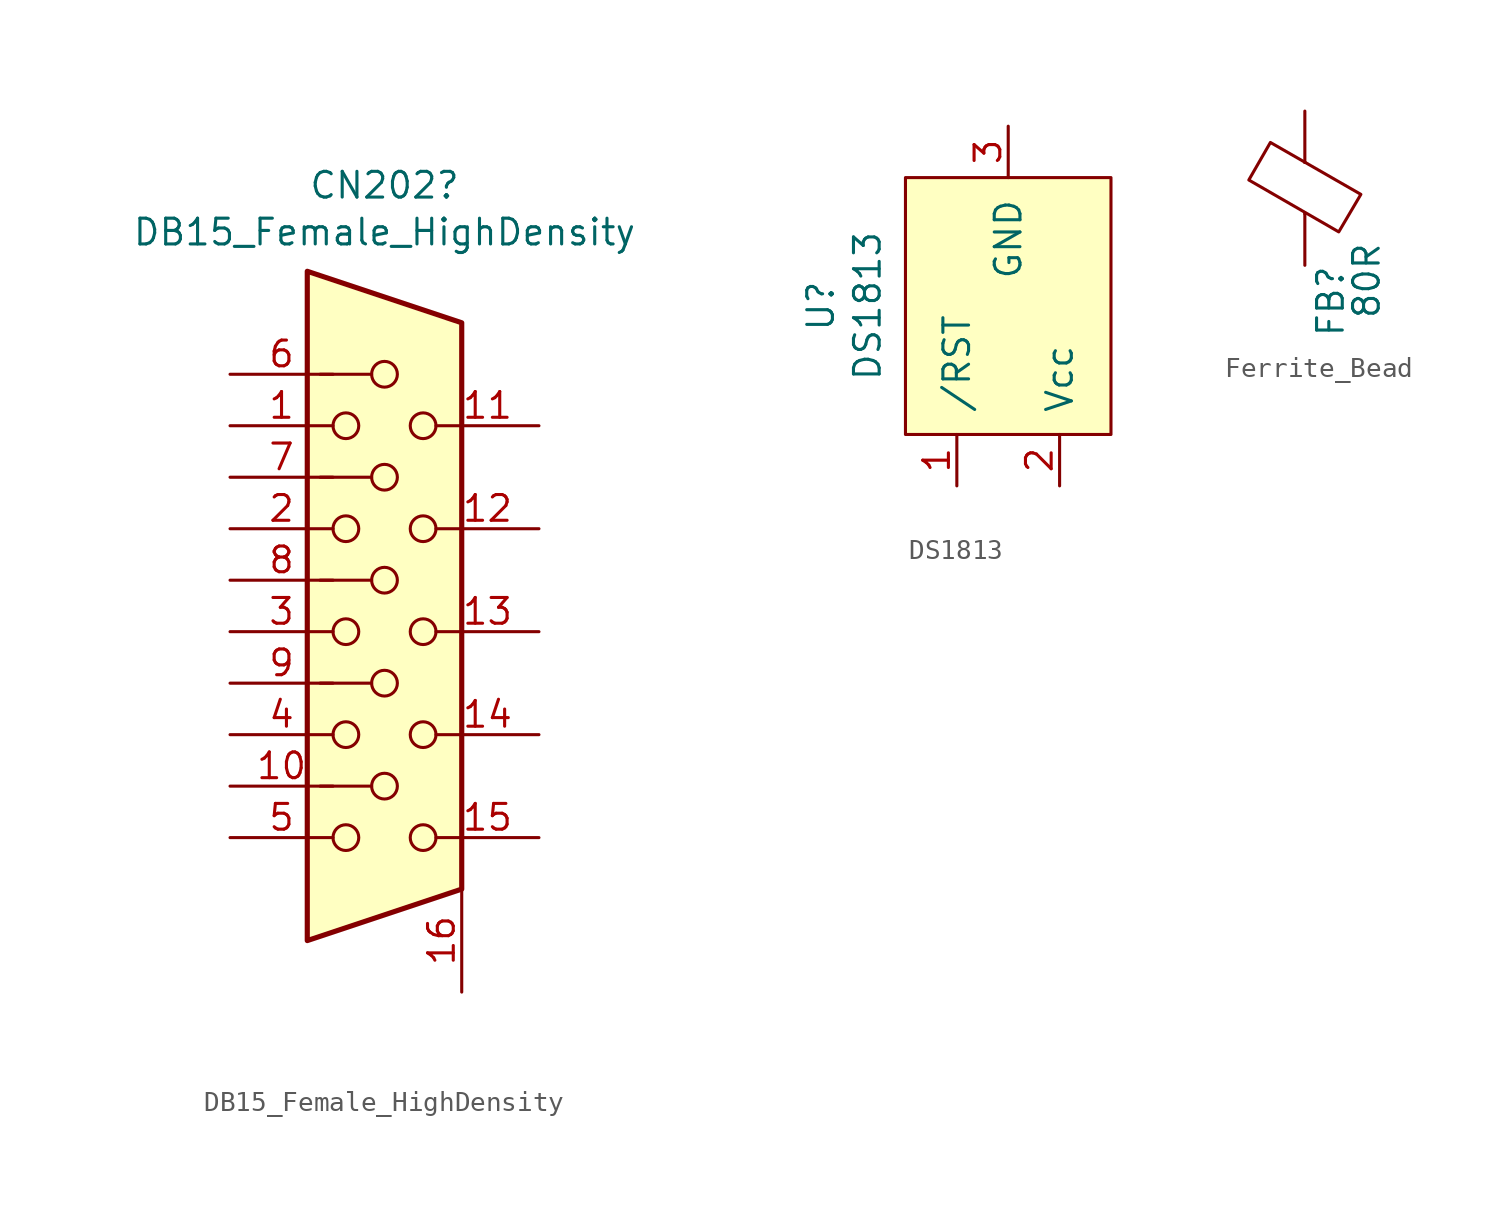
<source format=kicad_sym>
(kicad_symbol_lib
  (version 20231120)
  (generator "kicad_symbol_editor")
  (generator_version "8.0")
  (symbol "DB15_Female_HighDensity"
    (pin_names
      (offset 1.016) hide)
    (property "Reference" "CN202"
      (at 0 22.022 0)
      (effects (font (size 1.27 1.27))))
    (property "Value" "DB15_Female_HighDensity"
      (at 0 19.71 0)
      (effects (font (size 1.27 1.27))))
    (symbol "DB15_Female_HighDensity_0_1"
      (circle (center -1.905 -10.16) (radius 0.635) (stroke (width 0) (type default)) (fill (type none)))
      (circle (center -1.905 -5.08) (radius 0.635) (stroke (width 0) (type default)) (fill (type none)))
      (circle (center -1.905 0) (radius 0.635) (stroke (width 0) (type default)) (fill (type none)))
      (circle (center -1.905 5.08) (radius 0.635) (stroke (width 0) (type default)) (fill (type none)))
      (circle (center -1.905 10.16) (radius 0.635) (stroke (width 0) (type default)) (fill (type none)))
      (circle (center 0 -7.62) (radius 0.635) (stroke (width 0) (type default)) (fill (type none)))
      (circle (center 0 -2.54) (radius 0.635) (stroke (width 0) (type default)) (fill (type none)))
      (polyline (pts (xy -3.175 7.62) (xy -0.635 7.62)) (stroke (width 0) (type default)) (fill (type none)))
      (polyline (pts (xy -0.635 -7.62) (xy -3.175 -7.62)) (stroke (width 0) (type default)) (fill (type none)))
      (polyline (pts (xy -0.635 -2.54) (xy -3.175 -2.54)) (stroke (width 0) (type default)) (fill (type none)))
      (polyline (pts (xy -0.635 2.54) (xy -3.175 2.54)) (stroke (width 0) (type default)) (fill (type none)))
      (polyline (pts (xy -0.635 12.7) (xy -3.175 12.7)) (stroke (width 0) (type default)) (fill (type none)))
      (polyline (pts (xy -3.81 17.78) (xy -3.81 -15.24) (xy 3.81 -12.7) (xy 3.81 15.24) (xy -3.81 17.78)) (stroke (width 0.254) (type default)) (fill (type background)))
      (circle (center 0 2.54) (radius 0.635) (stroke (width 0) (type default)) (fill (type none)))
      (circle (center 0 7.62) (radius 0.635) (stroke (width 0) (type default)) (fill (type none)))
      (circle (center 0 12.7) (radius 0.635) (stroke (width 0) (type default)) (fill (type none)))
      (circle (center 1.905 -10.16) (radius 0.635) (stroke (width 0) (type default)) (fill (type none)))
      (circle (center 1.905 -5.08) (radius 0.635) (stroke (width 0) (type default)) (fill (type none)))
      (circle (center 1.905 0) (radius 0.635) (stroke (width 0) (type default)) (fill (type none)))
      (circle (center 1.905 5.08) (radius 0.635) (stroke (width 0) (type default)) (fill (type none)))
      (circle (center 1.905 10.16) (radius 0.635) (stroke (width 0) (type default)) (fill (type none))))
    (symbol "DB15_Female_HighDensity_1_0"
      (pin passive line (at 3.81 -17.78 90) (length 5.08) (name "SHIELD" (effects (font (size 1.27 1.27)))) (number "16" (effects (font (size 1.27 1.27))))))
    (symbol "DB15_Female_HighDensity_1_1"
      (pin passive line (at -7.62 10.16 0) (length 5.08) (name "~" (effects (font (size 1.27 1.27)))) (number "1" (effects (font (size 1.27 1.27)))))
      (pin passive line (at -7.62 -7.62 0) (length 5.08) (name "~" (effects (font (size 1.27 1.27)))) (number "10" (effects (font (size 1.27 1.27)))))
      (pin passive line (at 7.62 10.16 180) (length 5.08) (name "~" (effects (font (size 1.27 1.27)))) (number "11" (effects (font (size 1.27 1.27)))))
      (pin passive line (at 7.62 5.08 180) (length 5.08) (name "~" (effects (font (size 1.27 1.27)))) (number "12" (effects (font (size 1.27 1.27)))))
      (pin passive line (at 7.62 0 180) (length 5.08) (name "~" (effects (font (size 1.27 1.27)))) (number "13" (effects (font (size 1.27 1.27)))))
      (pin passive line (at 7.62 -5.08 180) (length 5.08) (name "~" (effects (font (size 1.27 1.27)))) (number "14" (effects (font (size 1.27 1.27)))))
      (pin passive line (at 7.62 -10.16 180) (length 5.08) (name "~" (effects (font (size 1.27 1.27)))) (number "15" (effects (font (size 1.27 1.27)))))
      (pin passive line (at -7.62 5.08 0) (length 5.08) (name "~" (effects (font (size 1.27 1.27)))) (number "2" (effects (font (size 1.27 1.27)))))
      (pin passive line (at -7.62 0 0) (length 5.08) (name "~" (effects (font (size 1.27 1.27)))) (number "3" (effects (font (size 1.27 1.27)))))
      (pin passive line (at -7.62 -5.08 0) (length 5.08) (name "~" (effects (font (size 1.27 1.27)))) (number "4" (effects (font (size 1.27 1.27)))))
      (pin passive line (at -7.62 -10.16 0) (length 5.08) (name "~" (effects (font (size 1.27 1.27)))) (number "5" (effects (font (size 1.27 1.27)))))
      (pin passive line (at -7.62 12.7 0) (length 5.08) (name "~" (effects (font (size 1.27 1.27)))) (number "6" (effects (font (size 1.27 1.27)))))
      (pin passive line (at -7.62 7.62 0) (length 5.08) (name "~" (effects (font (size 1.27 1.27)))) (number "7" (effects (font (size 1.27 1.27)))))
      (pin passive line (at -7.62 2.54 0) (length 5.08) (name "~" (effects (font (size 1.27 1.27)))) (number "8" (effects (font (size 1.27 1.27)))))
      (pin passive line (at -7.62 -2.54 0) (length 5.08) (name "~" (effects (font (size 1.27 1.27)))) (number "9" (effects (font (size 1.27 1.27)))))))
  (symbol "DS1813"
    (pin_names
      (offset 1.016))
    (property "Reference" "U"
      (at -9.271 -2.54 90)
      (effects (font (size 1.27 1.27))))
    (property "Value" "DS1813"
      (at -6.96 -2.54 90)
      (effects (font (size 1.27 1.27))))
    (symbol "DS1813_0_1"
      (rectangle (start -5.08 3.81) (end 5.08 -8.89) (stroke (width 0) (type solid)) (fill (type background))))
    (symbol "DS1813_1_1"
      (pin bidirectional line (at -2.54 -11.43 90) (length 2.54) (name "/RST" (effects (font (size 1.27 1.27)))) (number "1" (effects (font (size 1.27 1.27)))))
      (pin power_in line (at 2.54 -11.43 90) (length 2.54) (name "Vcc" (effects (font (size 1.27 1.27)))) (number "2" (effects (font (size 1.27 1.27)))))
      (pin power_in line (at 0 6.35 270) (length 2.54) (name "GND" (effects (font (size 1.27 1.27)))) (number "3" (effects (font (size 1.27 1.27)))))))
  (symbol "Ferrite_Bead"
    (pin_numbers hide)
    (pin_names
      (offset 0))
    (property "Reference" "FB"
      (at 1.27 -5.588 90)
      (effects (font (size 1.27 1.27))))
    (property "Value" "80R"
      (at 3.048 -4.572 90)
      (effects (font (size 1.27 1.27))))
    (symbol "Ferrite_Bead_0_1"
      (polyline (pts (xy 0 -1.27) (xy 0 -1.219)) (stroke (width 0) (type solid)) (fill (type none)))
      (polyline (pts (xy 0 1.27) (xy 0 1.295)) (stroke (width 0) (type solid)) (fill (type none)))
      (polyline (pts (xy -2.769 0.406) (xy -1.702 2.261) (xy 2.769 -0.305) (xy 1.676 -2.159) (xy -2.769 0.406)) (stroke (width 0) (type solid)) (fill (type none))))
    (symbol "Ferrite_Bead_1_1"
      (pin passive line (at 0 3.81 270) (length 2.54) (name "~" (effects (font (size 1.27 1.27)))) (number "1" (effects (font (size 1.27 1.27)))))
      (pin passive line (at 0 -3.81 90) (length 2.54) (name "~" (effects (font (size 1.27 1.27)))) (number "2" (effects (font (size 1.27 1.27))))))))
</source>
